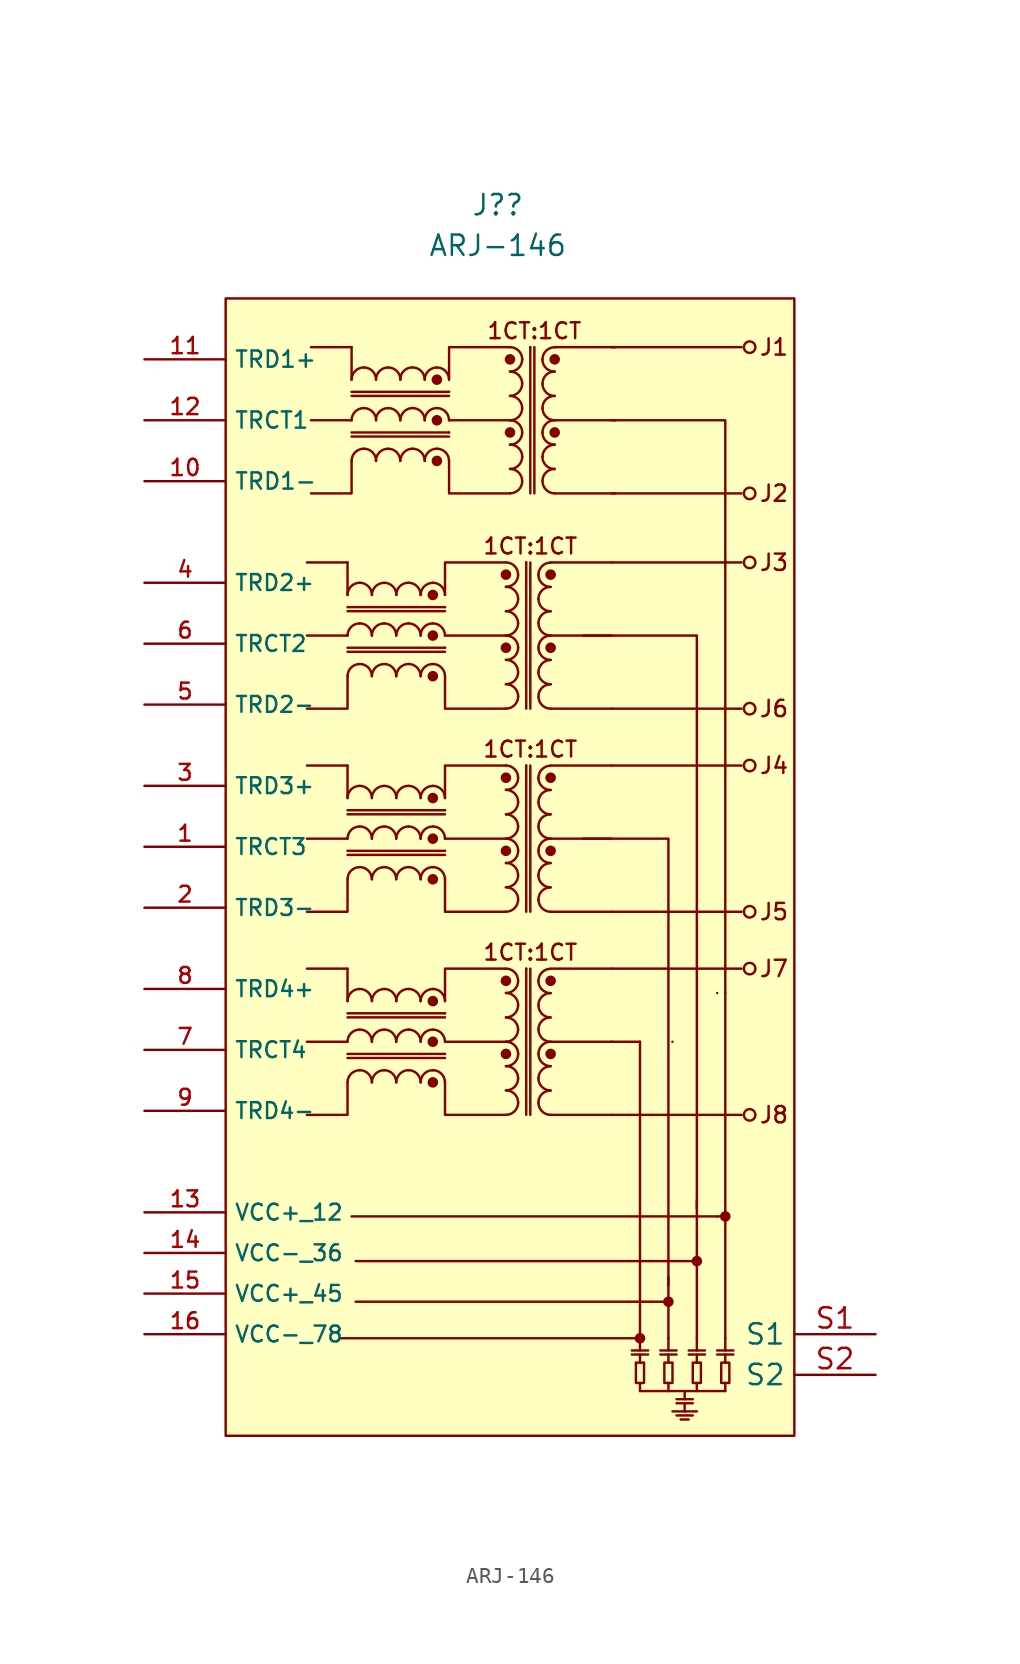
<source format=kicad_sym>
(kicad_symbol_lib
  (version 20231120)
  (generator "kicad_symbol_editor")
  (generator_version "8.0")
  (symbol "ARJ-146"
    (property "Reference" "J?"
      (at 17.018 70.612 0)
      (effects (font (size 1.27 1.27))))
    (property "Value" "ARJ-146"
      (at 17.018 68.072 0)
      (effects (font (size 1.27 1.27))))
    (symbol "ARJ-146_1_1"
      (polyline (pts (xy 5.08 22.86) (xy 7.62 22.86)) (stroke (width 0) (type default)) (fill (type none)))
      (polyline (pts (xy 5.08 35.56) (xy 7.62 35.56)) (stroke (width 0) (type default)) (fill (type none)))
      (polyline (pts (xy 5.08 48.26) (xy 7.62 48.26)) (stroke (width 0) (type default)) (fill (type none)))
      (polyline (pts (xy 5.334 61.722) (xy 7.874 61.722)) (stroke (width 0) (type default)) (fill (type none)))
      (polyline (pts (xy 7.62 17.272) (xy 13.716 17.272)) (stroke (width 0) (type default)) (fill (type none)))
      (polyline (pts (xy 7.62 17.526) (xy 13.716 17.526)) (stroke (width 0) (type default)) (fill (type none)))
      (polyline (pts (xy 7.62 18.288) (xy 5.08 18.288)) (stroke (width 0) (type default)) (fill (type none)))
      (polyline (pts (xy 7.62 19.812) (xy 13.716 19.812)) (stroke (width 0) (type default)) (fill (type none)))
      (polyline (pts (xy 7.62 20.066) (xy 13.716 20.066)) (stroke (width 0) (type default)) (fill (type none)))
      (polyline (pts (xy 7.62 20.828) (xy 7.62 22.86)) (stroke (width 0) (type default)) (fill (type none)))
      (polyline (pts (xy 7.62 29.972) (xy 13.716 29.972)) (stroke (width 0) (type default)) (fill (type none)))
      (polyline (pts (xy 7.62 30.226) (xy 13.716 30.226)) (stroke (width 0) (type default)) (fill (type none)))
      (polyline (pts (xy 7.62 30.988) (xy 5.08 30.988)) (stroke (width 0) (type default)) (fill (type none)))
      (polyline (pts (xy 7.62 32.512) (xy 13.716 32.512)) (stroke (width 0) (type default)) (fill (type none)))
      (polyline (pts (xy 7.62 32.766) (xy 13.716 32.766)) (stroke (width 0) (type default)) (fill (type none)))
      (polyline (pts (xy 7.62 33.528) (xy 7.62 35.56)) (stroke (width 0) (type default)) (fill (type none)))
      (polyline (pts (xy 7.62 42.672) (xy 13.716 42.672)) (stroke (width 0) (type default)) (fill (type none)))
      (polyline (pts (xy 7.62 42.926) (xy 13.716 42.926)) (stroke (width 0) (type default)) (fill (type none)))
      (polyline (pts (xy 7.62 43.688) (xy 5.08 43.688)) (stroke (width 0) (type default)) (fill (type none)))
      (polyline (pts (xy 7.62 45.212) (xy 13.716 45.212)) (stroke (width 0) (type default)) (fill (type none)))
      (polyline (pts (xy 7.62 45.466) (xy 13.716 45.466)) (stroke (width 0) (type default)) (fill (type none)))
      (polyline (pts (xy 7.62 46.228) (xy 7.62 48.26)) (stroke (width 0) (type default)) (fill (type none)))
      (polyline (pts (xy 7.874 7.366) (xy 31.242 7.366)) (stroke (width 0) (type default)) (fill (type none)))
      (polyline (pts (xy 7.874 56.134) (xy 13.97 56.134)) (stroke (width 0) (type default)) (fill (type none)))
      (polyline (pts (xy 7.874 56.388) (xy 13.97 56.388)) (stroke (width 0) (type default)) (fill (type none)))
      (polyline (pts (xy 7.874 57.15) (xy 5.334 57.15)) (stroke (width 0) (type default)) (fill (type none)))
      (polyline (pts (xy 7.874 58.674) (xy 13.97 58.674)) (stroke (width 0) (type default)) (fill (type none)))
      (polyline (pts (xy 7.874 58.928) (xy 13.97 58.928)) (stroke (width 0) (type default)) (fill (type none)))
      (polyline (pts (xy 7.874 59.69) (xy 7.874 61.722)) (stroke (width 0) (type default)) (fill (type none)))
      (polyline (pts (xy 13.716 17.526) (xy 13.716 17.526)) (stroke (width 0) (type default)) (fill (type none)))
      (polyline (pts (xy 13.716 18.288) (xy 17.526 18.288)) (stroke (width 0) (type default)) (fill (type none)))
      (polyline (pts (xy 13.716 20.066) (xy 13.716 20.066)) (stroke (width 0) (type default)) (fill (type none)))
      (polyline (pts (xy 13.716 30.226) (xy 13.716 30.226)) (stroke (width 0) (type default)) (fill (type none)))
      (polyline (pts (xy 13.716 30.988) (xy 17.526 30.988)) (stroke (width 0) (type default)) (fill (type none)))
      (polyline (pts (xy 13.716 32.766) (xy 13.716 32.766)) (stroke (width 0) (type default)) (fill (type none)))
      (polyline (pts (xy 13.716 42.926) (xy 13.716 42.926)) (stroke (width 0) (type default)) (fill (type none)))
      (polyline (pts (xy 13.716 43.688) (xy 17.526 43.688)) (stroke (width 0) (type default)) (fill (type none)))
      (polyline (pts (xy 13.716 45.466) (xy 13.716 45.466)) (stroke (width 0) (type default)) (fill (type none)))
      (polyline (pts (xy 13.97 56.388) (xy 13.97 56.388)) (stroke (width 0) (type default)) (fill (type none)))
      (polyline (pts (xy 13.97 57.15) (xy 17.78 57.15)) (stroke (width 0) (type default)) (fill (type none)))
      (polyline (pts (xy 13.97 58.928) (xy 13.97 58.928)) (stroke (width 0) (type default)) (fill (type none)))
      (polyline (pts (xy 18.796 13.716) (xy 18.796 22.86)) (stroke (width 0) (type default)) (fill (type none)))
      (polyline (pts (xy 18.796 22.86) (xy 18.796 22.86)) (stroke (width 0) (type default)) (fill (type none)))
      (polyline (pts (xy 18.796 26.416) (xy 18.796 35.56)) (stroke (width 0) (type default)) (fill (type none)))
      (polyline (pts (xy 18.796 35.56) (xy 18.796 35.56)) (stroke (width 0) (type default)) (fill (type none)))
      (polyline (pts (xy 18.796 39.116) (xy 18.796 48.26)) (stroke (width 0) (type default)) (fill (type none)))
      (polyline (pts (xy 18.796 48.26) (xy 18.796 48.26)) (stroke (width 0) (type default)) (fill (type none)))
      (polyline (pts (xy 19.05 13.716) (xy 19.05 22.86)) (stroke (width 0) (type default)) (fill (type none)))
      (polyline (pts (xy 19.05 26.416) (xy 19.05 35.56)) (stroke (width 0) (type default)) (fill (type none)))
      (polyline (pts (xy 19.05 39.116) (xy 19.05 48.26)) (stroke (width 0) (type default)) (fill (type none)))
      (polyline (pts (xy 19.05 52.578) (xy 19.05 61.722)) (stroke (width 0) (type default)) (fill (type none)))
      (polyline (pts (xy 19.05 61.722) (xy 19.05 61.722)) (stroke (width 0) (type default)) (fill (type none)))
      (polyline (pts (xy 19.304 52.578) (xy 19.304 61.722)) (stroke (width 0) (type default)) (fill (type none)))
      (polyline (pts (xy 20.32 13.716) (xy 24.13 13.716)) (stroke (width 0) (type default)) (fill (type none)))
      (polyline (pts (xy 20.32 22.86) (xy 24.13 22.86)) (stroke (width 0) (type default)) (fill (type none)))
      (polyline (pts (xy 20.32 26.416) (xy 24.13 26.416)) (stroke (width 0) (type default)) (fill (type none)))
      (polyline (pts (xy 20.32 35.56) (xy 24.13 35.56)) (stroke (width 0) (type default)) (fill (type none)))
      (polyline (pts (xy 20.32 39.116) (xy 24.13 39.116)) (stroke (width 0) (type default)) (fill (type none)))
      (polyline (pts (xy 20.32 48.26) (xy 24.13 48.26)) (stroke (width 0) (type default)) (fill (type none)))
      (polyline (pts (xy 20.574 52.578) (xy 24.384 52.578)) (stroke (width 0) (type default)) (fill (type none)))
      (polyline (pts (xy 20.574 61.722) (xy 24.384 61.722)) (stroke (width 0) (type default)) (fill (type none)))
      (polyline (pts (xy 24.13 13.716) (xy 32.258 13.716)) (stroke (width 0) (type default)) (fill (type none)))
      (polyline (pts (xy 24.13 18.288) (xy 20.32 18.288)) (stroke (width 0) (type default)) (fill (type none)))
      (polyline (pts (xy 24.13 18.288) (xy 24.13 18.288)) (stroke (width 0) (type default)) (fill (type none)))
      (polyline (pts (xy 24.13 22.86) (xy 32.258 22.86)) (stroke (width 0) (type default)) (fill (type none)))
      (polyline (pts (xy 24.13 26.416) (xy 32.258 26.416)) (stroke (width 0) (type default)) (fill (type none)))
      (polyline (pts (xy 24.13 30.988) (xy 20.32 30.988)) (stroke (width 0) (type default)) (fill (type none)))
      (polyline (pts (xy 24.13 35.56) (xy 32.258 35.56)) (stroke (width 0) (type default)) (fill (type none)))
      (polyline (pts (xy 24.13 39.116) (xy 32.258 39.116)) (stroke (width 0) (type default)) (fill (type none)))
      (polyline (pts (xy 24.13 43.688) (xy 20.32 43.688)) (stroke (width 0) (type default)) (fill (type none)))
      (polyline (pts (xy 24.13 48.26) (xy 32.258 48.26)) (stroke (width 0) (type default)) (fill (type none)))
      (polyline (pts (xy 24.13 52.578) (xy 32.258 52.578)) (stroke (width 0) (type default)) (fill (type none)))
      (polyline (pts (xy 24.13 61.722) (xy 32.258 61.722)) (stroke (width 0) (type default)) (fill (type none)))
      (polyline (pts (xy 24.384 57.15) (xy 20.574 57.15)) (stroke (width 0) (type default)) (fill (type none)))
      (polyline (pts (xy 25.4 -1.27) (xy 26.416 -1.27)) (stroke (width 0) (type default)) (fill (type none)))
      (polyline (pts (xy 25.4 -1.016) (xy 26.416 -1.016)) (stroke (width 0) (type default)) (fill (type none)))
      (polyline (pts (xy 25.908 -3.556) (xy 31.242 -3.556)) (stroke (width 0) (type default)) (fill (type none)))
      (polyline (pts (xy 25.908 -3.048) (xy 25.908 -3.556)) (stroke (width 0) (type default)) (fill (type none)))
      (polyline (pts (xy 25.908 -1.27) (xy 25.908 -1.778)) (stroke (width 0) (type default)) (fill (type none)))
      (polyline (pts (xy 25.908 -0.254) (xy 25.908 -1.016)) (stroke (width 0) (type default)) (fill (type none)))
      (polyline (pts (xy 25.908 18.288) (xy 24.13 18.288)) (stroke (width 0) (type default)) (fill (type none)))
      (polyline (pts (xy 27.178 -1.27) (xy 28.194 -1.27)) (stroke (width 0) (type default)) (fill (type none)))
      (polyline (pts (xy 27.178 -1.016) (xy 28.194 -1.016)) (stroke (width 0) (type default)) (fill (type none)))
      (polyline (pts (xy 27.686 -3.048) (xy 27.686 -3.556)) (stroke (width 0) (type default)) (fill (type none)))
      (polyline (pts (xy 27.686 -1.27) (xy 27.686 -1.778)) (stroke (width 0) (type default)) (fill (type none)))
      (polyline (pts (xy 27.686 -0.254) (xy 27.686 -1.016)) (stroke (width 0) (type default)) (fill (type none)))
      (polyline (pts (xy 27.686 2.032) (xy 27.686 -0.254)) (stroke (width 0) (type default)) (fill (type none)))
      (polyline (pts (xy 27.94 -4.826) (xy 29.464 -4.826)) (stroke (width 0) (type default)) (fill (type none)))
      (polyline (pts (xy 27.94 18.288) (xy 27.94 18.288)) (stroke (width 0) (type default)) (fill (type none)))
      (polyline (pts (xy 28.194 -5.08) (xy 29.21 -5.08)) (stroke (width 0) (type default)) (fill (type none)))
      (polyline (pts (xy 28.194 -4.318) (xy 29.21 -4.318)) (stroke (width 0) (type default)) (fill (type none)))
      (polyline (pts (xy 28.194 -4.064) (xy 29.21 -4.064)) (stroke (width 0) (type default)) (fill (type none)))
      (polyline (pts (xy 28.448 -5.334) (xy 28.956 -5.334)) (stroke (width 0) (type default)) (fill (type none)))
      (polyline (pts (xy 28.702 -4.318) (xy 28.702 -4.826)) (stroke (width 0) (type default)) (fill (type none)))
      (polyline (pts (xy 28.702 -4.064) (xy 28.702 -3.556)) (stroke (width 0) (type default)) (fill (type none)))
      (polyline (pts (xy 28.956 -1.27) (xy 29.972 -1.27)) (stroke (width 0) (type default)) (fill (type none)))
      (polyline (pts (xy 28.956 -1.016) (xy 29.972 -1.016)) (stroke (width 0) (type default)) (fill (type none)))
      (polyline (pts (xy 29.464 -3.048) (xy 29.464 -3.556)) (stroke (width 0) (type default)) (fill (type none)))
      (polyline (pts (xy 29.464 -1.27) (xy 29.464 -1.778)) (stroke (width 0) (type default)) (fill (type none)))
      (polyline (pts (xy 29.464 -0.254) (xy 29.464 -1.016)) (stroke (width 0) (type default)) (fill (type none)))
      (polyline (pts (xy 29.464 -0.254) (xy 29.464 4.572)) (stroke (width 0) (type default)) (fill (type none)))
      (polyline (pts (xy 30.734 -1.27) (xy 31.75 -1.27)) (stroke (width 0) (type default)) (fill (type none)))
      (polyline (pts (xy 30.734 -1.016) (xy 31.75 -1.016)) (stroke (width 0) (type default)) (fill (type none)))
      (polyline (pts (xy 30.734 7.366) (xy 30.734 7.366)) (stroke (width 0) (type default)) (fill (type none)))
      (polyline (pts (xy 30.734 21.336) (xy 30.734 21.336)) (stroke (width 0) (type default)) (fill (type none)))
      (polyline (pts (xy 31.242 -3.048) (xy 31.242 -3.556)) (stroke (width 0) (type default)) (fill (type none)))
      (polyline (pts (xy 31.242 -1.27) (xy 31.242 -1.778)) (stroke (width 0) (type default)) (fill (type none)))
      (polyline (pts (xy 31.242 -0.254) (xy 31.242 -1.016)) (stroke (width 0) (type default)) (fill (type none)))
      (polyline (pts (xy 31.242 -0.254) (xy 31.242 7.366)) (stroke (width 0) (type default)) (fill (type none)))
      (polyline (pts (xy 31.242 21.336) (xy 31.242 7.366)) (stroke (width 0) (type default)) (fill (type none)))
      (polyline (pts (xy 7.112 -0.254) (xy 25.908 -0.254) (xy 25.908 18.288)) (stroke (width 0) (type default)) (fill (type none)))
      (polyline (pts (xy 7.62 15.748) (xy 7.62 13.716) (xy 5.08 13.716)) (stroke (width 0) (type default)) (fill (type none)))
      (polyline (pts (xy 7.62 28.448) (xy 7.62 26.416) (xy 5.08 26.416)) (stroke (width 0) (type default)) (fill (type none)))
      (polyline (pts (xy 7.62 41.148) (xy 7.62 39.116) (xy 5.08 39.116)) (stroke (width 0) (type default)) (fill (type none)))
      (polyline (pts (xy 7.874 54.61) (xy 7.874 52.578) (xy 5.334 52.578)) (stroke (width 0) (type default)) (fill (type none)))
      (polyline (pts (xy 8.128 2.032) (xy 27.686 2.032) (xy 27.686 3.556)) (stroke (width 0) (type default)) (fill (type none)))
      (polyline (pts (xy 13.716 15.748) (xy 13.716 13.716) (xy 17.526 13.716)) (stroke (width 0) (type default)) (fill (type none)))
      (polyline (pts (xy 13.716 20.828) (xy 13.716 22.86) (xy 17.526 22.86)) (stroke (width 0) (type default)) (fill (type none)))
      (polyline (pts (xy 13.716 28.448) (xy 13.716 26.416) (xy 17.526 26.416)) (stroke (width 0) (type default)) (fill (type none)))
      (polyline (pts (xy 13.716 33.528) (xy 13.716 35.56) (xy 17.526 35.56)) (stroke (width 0) (type default)) (fill (type none)))
      (polyline (pts (xy 13.716 41.148) (xy 13.716 39.116) (xy 17.526 39.116)) (stroke (width 0) (type default)) (fill (type none)))
      (polyline (pts (xy 13.716 46.228) (xy 13.716 48.26) (xy 17.526 48.26)) (stroke (width 0) (type default)) (fill (type none)))
      (polyline (pts (xy 13.97 54.61) (xy 13.97 52.578) (xy 17.78 52.578)) (stroke (width 0) (type default)) (fill (type none)))
      (polyline (pts (xy 13.97 59.69) (xy 13.97 61.722) (xy 17.78 61.722)) (stroke (width 0) (type default)) (fill (type none)))
      (polyline (pts (xy 22.352 30.988) (xy 27.686 30.988) (xy 27.686 3.048)) (stroke (width 0) (type default)) (fill (type none)))
      (polyline (pts (xy 29.464 8.382) (xy 29.464 4.572) (xy 8.128 4.572)) (stroke (width 0) (type default)) (fill (type none)))
      (polyline (pts (xy 29.464 7.874) (xy 29.464 43.434) (xy 29.464 43.688) (xy 22.352 43.688)) (stroke (width 0) (type default)) (fill (type none)))
      (polyline (pts (xy 31.242 21.336) (xy 31.242 56.896) (xy 31.242 57.15) (xy 24.13 57.15)) (stroke (width 0) (type default)) (fill (type none)))
      (rectangle (start 0 64.77) (end 35.56 -6.35) (stroke (width 0) (type default)) (fill (type background)))
      (arc (start 8.382 16.51) (mid 7.8426 16.2874) (end 7.62 15.748) (stroke (width 0) (type default)) (fill (type none)))
      (arc (start 8.382 19.05) (mid 7.8426 18.8274) (end 7.62 18.288) (stroke (width 0) (type default)) (fill (type none)))
      (arc (start 8.382 21.59) (mid 7.8426 21.3674) (end 7.62 20.828) (stroke (width 0) (type default)) (fill (type none)))
      (arc (start 8.382 29.21) (mid 7.8426 28.9874) (end 7.62 28.448) (stroke (width 0) (type default)) (fill (type none)))
      (arc (start 8.382 31.75) (mid 7.8426 31.5274) (end 7.62 30.988) (stroke (width 0) (type default)) (fill (type none)))
      (arc (start 8.382 34.29) (mid 7.8426 34.0674) (end 7.62 33.528) (stroke (width 0) (type default)) (fill (type none)))
      (arc (start 8.382 41.91) (mid 7.8426 41.6874) (end 7.62 41.148) (stroke (width 0) (type default)) (fill (type none)))
      (arc (start 8.382 44.45) (mid 7.8426 44.2274) (end 7.62 43.688) (stroke (width 0) (type default)) (fill (type none)))
      (arc (start 8.382 46.99) (mid 7.8426 46.7674) (end 7.62 46.228) (stroke (width 0) (type default)) (fill (type none)))
      (arc (start 8.636 55.372) (mid 8.0972 55.1488) (end 7.874 54.61) (stroke (width 0) (type default)) (fill (type none)))
      (arc (start 8.636 57.912) (mid 8.0972 57.6888) (end 7.874 57.15) (stroke (width 0) (type default)) (fill (type none)))
      (arc (start 8.636 60.452) (mid 8.0972 60.2288) (end 7.874 59.69) (stroke (width 0) (type default)) (fill (type none)))
      (arc (start 9.144 15.748) (mid 8.9208 16.2868) (end 8.382 16.51) (stroke (width 0) (type default)) (fill (type none)))
      (arc (start 9.144 18.288) (mid 8.9208 18.8268) (end 8.382 19.05) (stroke (width 0) (type default)) (fill (type none)))
      (arc (start 9.144 20.828) (mid 8.9208 21.3668) (end 8.382 21.59) (stroke (width 0) (type default)) (fill (type none)))
      (arc (start 9.144 28.448) (mid 8.9208 28.9868) (end 8.382 29.21) (stroke (width 0) (type default)) (fill (type none)))
      (arc (start 9.144 30.988) (mid 8.9208 31.5268) (end 8.382 31.75) (stroke (width 0) (type default)) (fill (type none)))
      (arc (start 9.144 33.528) (mid 8.9208 34.0668) (end 8.382 34.29) (stroke (width 0) (type default)) (fill (type none)))
      (arc (start 9.144 41.148) (mid 8.9208 41.6868) (end 8.382 41.91) (stroke (width 0) (type default)) (fill (type none)))
      (arc (start 9.144 43.688) (mid 8.9208 44.2268) (end 8.382 44.45) (stroke (width 0) (type default)) (fill (type none)))
      (arc (start 9.144 46.228) (mid 8.9208 46.7668) (end 8.382 46.99) (stroke (width 0) (type default)) (fill (type none)))
      (arc (start 9.398 54.61) (mid 9.1748 55.1488) (end 8.636 55.372) (stroke (width 0) (type default)) (fill (type none)))
      (arc (start 9.398 57.15) (mid 9.1748 57.6888) (end 8.636 57.912) (stroke (width 0) (type default)) (fill (type none)))
      (arc (start 9.398 59.69) (mid 9.1748 60.2288) (end 8.636 60.452) (stroke (width 0) (type default)) (fill (type none)))
      (arc (start 9.906 16.51) (mid 9.3676 16.2883) (end 9.144 15.748) (stroke (width 0) (type default)) (fill (type none)))
      (arc (start 9.906 19.05) (mid 9.3676 18.8283) (end 9.144 18.288) (stroke (width 0) (type default)) (fill (type none)))
      (arc (start 9.906 21.59) (mid 9.3705 21.3653) (end 9.144 20.828) (stroke (width 0) (type default)) (fill (type none)))
      (arc (start 9.906 29.21) (mid 9.3676 28.9883) (end 9.144 28.448) (stroke (width 0) (type default)) (fill (type none)))
      (arc (start 9.906 31.75) (mid 9.3676 31.5283) (end 9.144 30.988) (stroke (width 0) (type default)) (fill (type none)))
      (arc (start 9.906 34.29) (mid 9.3705 34.0653) (end 9.144 33.528) (stroke (width 0) (type default)) (fill (type none)))
      (arc (start 9.906 41.91) (mid 9.3676 41.6883) (end 9.144 41.148) (stroke (width 0) (type default)) (fill (type none)))
      (arc (start 9.906 44.45) (mid 9.3676 44.2283) (end 9.144 43.688) (stroke (width 0) (type default)) (fill (type none)))
      (arc (start 9.906 46.99) (mid 9.3705 46.7653) (end 9.144 46.228) (stroke (width 0) (type default)) (fill (type none)))
      (arc (start 10.16 55.372) (mid 9.6182 55.1518) (end 9.398 54.61) (stroke (width 0) (type default)) (fill (type none)))
      (arc (start 10.16 57.912) (mid 9.6182 57.6918) (end 9.398 57.15) (stroke (width 0) (type default)) (fill (type none)))
      (arc (start 10.16 60.452) (mid 9.6212 60.2288) (end 9.398 59.69) (stroke (width 0) (type default)) (fill (type none)))
      (arc (start 10.668 15.748) (mid 10.4453 16.2867) (end 9.906 16.51) (stroke (width 0) (type default)) (fill (type none)))
      (arc (start 10.668 18.288) (mid 10.4453 18.8267) (end 9.906 19.05) (stroke (width 0) (type default)) (fill (type none)))
      (arc (start 10.668 20.828) (mid 10.4448 21.3668) (end 9.906 21.59) (stroke (width 0) (type default)) (fill (type none)))
      (arc (start 10.668 28.448) (mid 10.4453 28.9867) (end 9.906 29.21) (stroke (width 0) (type default)) (fill (type none)))
      (arc (start 10.668 30.988) (mid 10.4453 31.5267) (end 9.906 31.75) (stroke (width 0) (type default)) (fill (type none)))
      (arc (start 10.668 33.528) (mid 10.4448 34.0668) (end 9.906 34.29) (stroke (width 0) (type default)) (fill (type none)))
      (arc (start 10.668 41.148) (mid 10.4453 41.6867) (end 9.906 41.91) (stroke (width 0) (type default)) (fill (type none)))
      (arc (start 10.668 43.688) (mid 10.4453 44.2267) (end 9.906 44.45) (stroke (width 0) (type default)) (fill (type none)))
      (arc (start 10.668 46.228) (mid 10.4448 46.7668) (end 9.906 46.99) (stroke (width 0) (type default)) (fill (type none)))
      (arc (start 10.922 54.61) (mid 10.6997 55.1497) (end 10.16 55.372) (stroke (width 0) (type default)) (fill (type none)))
      (arc (start 10.922 57.15) (mid 10.6997 57.6897) (end 10.16 57.912) (stroke (width 0) (type default)) (fill (type none)))
      (arc (start 10.922 59.69) (mid 10.6988 60.2288) (end 10.16 60.452) (stroke (width 0) (type default)) (fill (type none)))
      (arc (start 11.43 16.51) (mid 10.8948 16.2838) (end 10.668 15.748) (stroke (width 0) (type default)) (fill (type none)))
      (arc (start 11.43 19.05) (mid 10.8948 18.8238) (end 10.668 18.288) (stroke (width 0) (type default)) (fill (type none)))
      (arc (start 11.43 21.59) (mid 10.8854 21.3703) (end 10.668 20.828) (stroke (width 0) (type default)) (fill (type none)))
      (arc (start 11.43 29.21) (mid 10.8948 28.9838) (end 10.668 28.448) (stroke (width 0) (type default)) (fill (type none)))
      (arc (start 11.43 31.75) (mid 10.8948 31.5238) (end 10.668 30.988) (stroke (width 0) (type default)) (fill (type none)))
      (arc (start 11.43 34.29) (mid 10.8854 34.0703) (end 10.668 33.528) (stroke (width 0) (type default)) (fill (type none)))
      (arc (start 11.43 41.91) (mid 10.8948 41.6838) (end 10.668 41.148) (stroke (width 0) (type default)) (fill (type none)))
      (arc (start 11.43 44.45) (mid 10.8948 44.2238) (end 10.668 43.688) (stroke (width 0) (type default)) (fill (type none)))
      (arc (start 11.43 46.99) (mid 10.8854 46.7703) (end 10.668 46.228) (stroke (width 0) (type default)) (fill (type none)))
      (arc (start 11.684 55.372) (mid 11.1491 55.1467) (end 10.922 54.61) (stroke (width 0) (type default)) (fill (type none)))
      (arc (start 11.684 57.912) (mid 11.1491 57.6867) (end 10.922 57.15) (stroke (width 0) (type default)) (fill (type none)))
      (arc (start 11.684 60.452) (mid 11.1426 60.2302) (end 10.922 59.69) (stroke (width 0) (type default)) (fill (type none)))
      (arc (start 12.192 15.748) (mid 11.9695 16.2881) (end 11.43 16.51) (stroke (width 0) (type default)) (fill (type none)))
      (arc (start 12.192 18.288) (mid 11.9695 18.8281) (end 11.43 19.05) (stroke (width 0) (type default)) (fill (type none)))
      (arc (start 12.192 20.828) (mid 11.9695 21.3681) (end 11.43 21.59) (stroke (width 0) (type default)) (fill (type none)))
      (arc (start 12.192 28.448) (mid 11.9695 28.9881) (end 11.43 29.21) (stroke (width 0) (type default)) (fill (type none)))
      (arc (start 12.192 30.988) (mid 11.9695 31.5281) (end 11.43 31.75) (stroke (width 0) (type default)) (fill (type none)))
      (arc (start 12.192 33.528) (mid 11.9695 34.0681) (end 11.43 34.29) (stroke (width 0) (type default)) (fill (type none)))
      (arc (start 12.192 41.148) (mid 11.9695 41.6881) (end 11.43 41.91) (stroke (width 0) (type default)) (fill (type none)))
      (arc (start 12.192 43.688) (mid 11.9695 44.2281) (end 11.43 44.45) (stroke (width 0) (type default)) (fill (type none)))
      (arc (start 12.192 46.228) (mid 11.9695 46.7681) (end 11.43 46.99) (stroke (width 0) (type default)) (fill (type none)))
      (arc (start 12.446 54.61) (mid 12.2231 55.1502) (end 11.684 55.372) (stroke (width 0) (type default)) (fill (type none)))
      (arc (start 12.446 57.15) (mid 12.2231 57.6902) (end 11.684 57.912) (stroke (width 0) (type default)) (fill (type none)))
      (arc (start 12.446 59.69) (mid 12.2231 60.2302) (end 11.684 60.452) (stroke (width 0) (type default)) (fill (type none)))
      (circle (center 12.954 15.748) (radius 0.254) (stroke (width 0) (type default)) (fill (type outline)))
      (arc (start 12.954 16.51) (mid 12.4103 16.2911) (end 12.192 15.748) (stroke (width 0) (type default)) (fill (type none)))
      (circle (center 12.954 18.288) (radius 0.254) (stroke (width 0) (type default)) (fill (type outline)))
      (arc (start 12.954 19.05) (mid 12.4103 18.8311) (end 12.192 18.288) (stroke (width 0) (type default)) (fill (type none)))
      (circle (center 12.954 20.828) (radius 0.254) (stroke (width 0) (type default)) (fill (type outline)))
      (arc (start 12.954 21.59) (mid 12.4162 21.3652) (end 12.192 20.828) (stroke (width 0) (type default)) (fill (type none)))
      (circle (center 12.954 28.448) (radius 0.254) (stroke (width 0) (type default)) (fill (type outline)))
      (arc (start 12.954 29.21) (mid 12.4103 28.9911) (end 12.192 28.448) (stroke (width 0) (type default)) (fill (type none)))
      (circle (center 12.954 30.988) (radius 0.254) (stroke (width 0) (type default)) (fill (type outline)))
      (arc (start 12.954 31.75) (mid 12.4103 31.5311) (end 12.192 30.988) (stroke (width 0) (type default)) (fill (type none)))
      (circle (center 12.954 33.528) (radius 0.254) (stroke (width 0) (type default)) (fill (type outline)))
      (arc (start 12.954 34.29) (mid 12.4162 34.0652) (end 12.192 33.528) (stroke (width 0) (type default)) (fill (type none)))
      (circle (center 12.954 41.148) (radius 0.254) (stroke (width 0) (type default)) (fill (type outline)))
      (arc (start 12.954 41.91) (mid 12.4103 41.6911) (end 12.192 41.148) (stroke (width 0) (type default)) (fill (type none)))
      (circle (center 12.954 43.688) (radius 0.254) (stroke (width 0) (type default)) (fill (type outline)))
      (arc (start 12.954 44.45) (mid 12.4103 44.2311) (end 12.192 43.688) (stroke (width 0) (type default)) (fill (type none)))
      (circle (center 12.954 46.228) (radius 0.254) (stroke (width 0) (type default)) (fill (type outline)))
      (arc (start 12.954 46.99) (mid 12.4162 46.7652) (end 12.192 46.228) (stroke (width 0) (type default)) (fill (type none)))
      (circle (center 13.208 54.61) (radius 0.254) (stroke (width 0) (type default)) (fill (type outline)))
      (arc (start 13.208 55.372) (mid 12.664 55.1517) (end 12.446 54.61) (stroke (width 0) (type default)) (fill (type none)))
      (circle (center 13.208 57.15) (radius 0.254) (stroke (width 0) (type default)) (fill (type outline)))
      (arc (start 13.208 57.912) (mid 12.664 57.6917) (end 12.446 57.15) (stroke (width 0) (type default)) (fill (type none)))
      (circle (center 13.208 59.69) (radius 0.254) (stroke (width 0) (type default)) (fill (type outline)))
      (arc (start 13.208 60.452) (mid 12.6705 60.2281) (end 12.446 59.69) (stroke (width 0) (type default)) (fill (type none)))
      (arc (start 13.716 15.748) (mid 13.4925 16.2865) (end 12.954 16.51) (stroke (width 0) (type default)) (fill (type none)))
      (arc (start 13.716 18.288) (mid 13.4925 18.8265) (end 12.954 19.05) (stroke (width 0) (type default)) (fill (type none)))
      (arc (start 13.716 20.828) (mid 13.4925 21.3665) (end 12.954 21.59) (stroke (width 0) (type default)) (fill (type none)))
      (arc (start 13.716 28.448) (mid 13.4925 28.9865) (end 12.954 29.21) (stroke (width 0) (type default)) (fill (type none)))
      (arc (start 13.716 30.988) (mid 13.4925 31.5265) (end 12.954 31.75) (stroke (width 0) (type default)) (fill (type none)))
      (arc (start 13.716 33.528) (mid 13.4925 34.0665) (end 12.954 34.29) (stroke (width 0) (type default)) (fill (type none)))
      (arc (start 13.716 41.148) (mid 13.4925 41.6865) (end 12.954 41.91) (stroke (width 0) (type default)) (fill (type none)))
      (arc (start 13.716 43.688) (mid 13.4925 44.2265) (end 12.954 44.45) (stroke (width 0) (type default)) (fill (type none)))
      (arc (start 13.716 46.228) (mid 13.4925 46.7665) (end 12.954 46.99) (stroke (width 0) (type default)) (fill (type none)))
      (arc (start 13.97 54.61) (mid 13.7467 55.1481) (end 13.208 55.372) (stroke (width 0) (type default)) (fill (type none)))
      (arc (start 13.97 57.15) (mid 13.7467 57.6881) (end 13.208 57.912) (stroke (width 0) (type default)) (fill (type none)))
      (arc (start 13.97 59.69) (mid 13.7467 60.2281) (end 13.208 60.452) (stroke (width 0) (type default)) (fill (type none)))
      (arc (start 17.526 13.722) (mid 18.066 13.944) (end 18.288 14.484) (stroke (width 0) (type default)) (fill (type none)))
      (arc (start 17.526 15.246) (mid 18.0681 15.4676) (end 18.288 16.008) (stroke (width 0) (type default)) (fill (type none)))
      (arc (start 17.526 16.764) (mid 18.0653 16.9861) (end 18.288 17.526) (stroke (width 0) (type default)) (fill (type none)))
      (circle (center 17.526 17.526) (radius 0.254) (stroke (width 0) (type default)) (fill (type outline)))
      (arc (start 17.526 18.288) (mid 18.0609 18.5133) (end 18.288 19.05) (stroke (width 0) (type default)) (fill (type none)))
      (arc (start 17.526 19.812) (mid 18.0631 20.0369) (end 18.288 20.574) (stroke (width 0) (type default)) (fill (type none)))
      (arc (start 17.526 21.336) (mid 18.0681 21.5576) (end 18.288 22.098) (stroke (width 0) (type default)) (fill (type none)))
      (circle (center 17.526 22.098) (radius 0.254) (stroke (width 0) (type default)) (fill (type outline)))
      (arc (start 17.526 26.422) (mid 18.066 26.644) (end 18.288 27.184) (stroke (width 0) (type default)) (fill (type none)))
      (arc (start 17.526 27.946) (mid 18.0681 28.1676) (end 18.288 28.708) (stroke (width 0) (type default)) (fill (type none)))
      (arc (start 17.526 29.464) (mid 18.0653 29.6861) (end 18.288 30.226) (stroke (width 0) (type default)) (fill (type none)))
      (circle (center 17.526 30.226) (radius 0.254) (stroke (width 0) (type default)) (fill (type outline)))
      (arc (start 17.526 30.988) (mid 18.0609 31.2133) (end 18.288 31.75) (stroke (width 0) (type default)) (fill (type none)))
      (arc (start 17.526 32.512) (mid 18.0631 32.7369) (end 18.288 33.274) (stroke (width 0) (type default)) (fill (type none)))
      (arc (start 17.526 34.036) (mid 18.0681 34.2576) (end 18.288 34.798) (stroke (width 0) (type default)) (fill (type none)))
      (circle (center 17.526 34.798) (radius 0.254) (stroke (width 0) (type default)) (fill (type outline)))
      (arc (start 17.526 39.122) (mid 18.066 39.344) (end 18.288 39.884) (stroke (width 0) (type default)) (fill (type none)))
      (arc (start 17.526 40.646) (mid 18.0681 40.8676) (end 18.288 41.408) (stroke (width 0) (type default)) (fill (type none)))
      (arc (start 17.526 42.164) (mid 18.0653 42.3861) (end 18.288 42.926) (stroke (width 0) (type default)) (fill (type none)))
      (circle (center 17.526 42.926) (radius 0.254) (stroke (width 0) (type default)) (fill (type outline)))
      (arc (start 17.526 43.688) (mid 18.0609 43.9133) (end 18.288 44.45) (stroke (width 0) (type default)) (fill (type none)))
      (arc (start 17.526 45.212) (mid 18.0631 45.4369) (end 18.288 45.974) (stroke (width 0) (type default)) (fill (type none)))
      (arc (start 17.526 46.736) (mid 18.0681 46.9576) (end 18.288 47.498) (stroke (width 0) (type default)) (fill (type none)))
      (circle (center 17.526 47.498) (radius 0.254) (stroke (width 0) (type default)) (fill (type outline)))
      (arc (start 17.78 52.584) (mid 18.3202 52.8069) (end 18.542 53.346) (stroke (width 0) (type default)) (fill (type none)))
      (arc (start 17.78 54.108) (mid 18.3188 54.3312) (end 18.542 54.87) (stroke (width 0) (type default)) (fill (type none)))
      (arc (start 17.78 55.626) (mid 18.3195 55.8491) (end 18.542 56.388) (stroke (width 0) (type default)) (fill (type none)))
      (circle (center 17.78 56.388) (radius 0.254) (stroke (width 0) (type default)) (fill (type outline)))
      (arc (start 17.78 57.15) (mid 18.3181 57.3733) (end 18.542 57.912) (stroke (width 0) (type default)) (fill (type none)))
      (arc (start 17.78 58.674) (mid 18.3167 58.8975) (end 18.542 59.436) (stroke (width 0) (type default)) (fill (type none)))
      (arc (start 17.78 60.198) (mid 18.3188 60.4212) (end 18.542 60.96) (stroke (width 0) (type default)) (fill (type none)))
      (circle (center 17.78 60.96) (radius 0.254) (stroke (width 0) (type default)) (fill (type outline)))
      (arc (start 18.288 14.484) (mid 18.0648 15.0228) (end 17.526 15.246) (stroke (width 0) (type default)) (fill (type none)))
      (arc (start 18.288 16.008) (mid 18.0653 16.5467) (end 17.526 16.77) (stroke (width 0) (type default)) (fill (type none)))
      (arc (start 18.288 17.526) (mid 18.066 18.066) (end 17.526 18.288) (stroke (width 0) (type default)) (fill (type none)))
      (arc (start 18.288 19.05) (mid 18.0639 19.5879) (end 17.526 19.812) (stroke (width 0) (type default)) (fill (type none)))
      (arc (start 18.288 20.574) (mid 18.0648 21.1128) (end 17.526 21.336) (stroke (width 0) (type default)) (fill (type none)))
      (arc (start 18.288 22.098) (mid 18.0653 22.6367) (end 17.526 22.86) (stroke (width 0) (type default)) (fill (type none)))
      (arc (start 18.288 27.184) (mid 18.0648 27.7228) (end 17.526 27.946) (stroke (width 0) (type default)) (fill (type none)))
      (arc (start 18.288 28.708) (mid 18.0653 29.2467) (end 17.526 29.47) (stroke (width 0) (type default)) (fill (type none)))
      (arc (start 18.288 30.226) (mid 18.066 30.766) (end 17.526 30.988) (stroke (width 0) (type default)) (fill (type none)))
      (arc (start 18.288 31.75) (mid 18.0639 32.2879) (end 17.526 32.512) (stroke (width 0) (type default)) (fill (type none)))
      (arc (start 18.288 33.274) (mid 18.0648 33.8128) (end 17.526 34.036) (stroke (width 0) (type default)) (fill (type none)))
      (arc (start 18.288 34.798) (mid 18.0653 35.3367) (end 17.526 35.56) (stroke (width 0) (type default)) (fill (type none)))
      (arc (start 18.288 39.884) (mid 18.0648 40.4228) (end 17.526 40.646) (stroke (width 0) (type default)) (fill (type none)))
      (arc (start 18.288 41.408) (mid 18.0653 41.9467) (end 17.526 42.17) (stroke (width 0) (type default)) (fill (type none)))
      (arc (start 18.288 42.926) (mid 18.066 43.466) (end 17.526 43.688) (stroke (width 0) (type default)) (fill (type none)))
      (arc (start 18.288 44.45) (mid 18.0639 44.9879) (end 17.526 45.212) (stroke (width 0) (type default)) (fill (type none)))
      (arc (start 18.288 45.974) (mid 18.0648 46.5128) (end 17.526 46.736) (stroke (width 0) (type default)) (fill (type none)))
      (arc (start 18.288 47.498) (mid 18.0653 48.0367) (end 17.526 48.26) (stroke (width 0) (type default)) (fill (type none)))
      (arc (start 18.542 53.346) (mid 18.3188 53.8848) (end 17.78 54.108) (stroke (width 0) (type default)) (fill (type none)))
      (arc (start 18.542 54.87) (mid 18.3188 55.4088) (end 17.78 55.632) (stroke (width 0) (type default)) (fill (type none)))
      (arc (start 18.542 56.388) (mid 18.3195 56.9281) (end 17.78 57.15) (stroke (width 0) (type default)) (fill (type none)))
      (arc (start 18.542 57.912) (mid 18.3181 58.4495) (end 17.78 58.674) (stroke (width 0) (type default)) (fill (type none)))
      (arc (start 18.542 59.436) (mid 18.3197 59.9738) (end 17.78 60.198) (stroke (width 0) (type default)) (fill (type none)))
      (arc (start 18.542 60.96) (mid 18.3188 61.4988) (end 17.78 61.722) (stroke (width 0) (type default)) (fill (type none)))
      (arc (start 19.558 14.478) (mid 19.7819 13.9405) (end 20.32 13.716) (stroke (width 0) (type default)) (fill (type none)))
      (arc (start 19.558 16.002) (mid 19.7805 15.4619) (end 20.32 15.24) (stroke (width 0) (type default)) (fill (type none)))
      (arc (start 19.558 17.526) (mid 19.7809 16.9869) (end 20.32 16.764) (stroke (width 0) (type default)) (fill (type none)))
      (arc (start 19.558 19.05) (mid 19.7812 18.5112) (end 20.32 18.288) (stroke (width 0) (type default)) (fill (type none)))
      (arc (start 19.558 20.568) (mid 19.7819 20.0305) (end 20.32 19.806) (stroke (width 0) (type default)) (fill (type none)))
      (arc (start 19.558 22.092) (mid 19.7805 21.5519) (end 20.32 21.33) (stroke (width 0) (type default)) (fill (type none)))
      (arc (start 19.558 27.178) (mid 19.7819 26.6405) (end 20.32 26.416) (stroke (width 0) (type default)) (fill (type none)))
      (arc (start 19.558 28.702) (mid 19.7805 28.1619) (end 20.32 27.94) (stroke (width 0) (type default)) (fill (type none)))
      (arc (start 19.558 30.226) (mid 19.7809 29.6869) (end 20.32 29.464) (stroke (width 0) (type default)) (fill (type none)))
      (arc (start 19.558 31.75) (mid 19.7812 31.2112) (end 20.32 30.988) (stroke (width 0) (type default)) (fill (type none)))
      (arc (start 19.558 33.268) (mid 19.7819 32.7305) (end 20.32 32.506) (stroke (width 0) (type default)) (fill (type none)))
      (arc (start 19.558 34.792) (mid 19.7805 34.2519) (end 20.32 34.03) (stroke (width 0) (type default)) (fill (type none)))
      (arc (start 19.558 39.878) (mid 19.7819 39.3405) (end 20.32 39.116) (stroke (width 0) (type default)) (fill (type none)))
      (arc (start 19.558 41.402) (mid 19.7805 40.8619) (end 20.32 40.64) (stroke (width 0) (type default)) (fill (type none)))
      (arc (start 19.558 42.926) (mid 19.7809 42.3869) (end 20.32 42.164) (stroke (width 0) (type default)) (fill (type none)))
      (arc (start 19.558 44.45) (mid 19.7812 43.9112) (end 20.32 43.688) (stroke (width 0) (type default)) (fill (type none)))
      (arc (start 19.558 45.968) (mid 19.7819 45.4305) (end 20.32 45.206) (stroke (width 0) (type default)) (fill (type none)))
      (arc (start 19.558 47.492) (mid 19.7805 46.9519) (end 20.32 46.73) (stroke (width 0) (type default)) (fill (type none)))
      (arc (start 19.812 53.34) (mid 20.0354 52.8026) (end 20.574 52.578) (stroke (width 0) (type default)) (fill (type none)))
      (arc (start 19.812 54.864) (mid 20.0352 54.3252) (end 20.574 54.102) (stroke (width 0) (type default)) (fill (type none)))
      (arc (start 19.812 56.388) (mid 20.0355 55.8484) (end 20.574 55.626) (stroke (width 0) (type default)) (fill (type none)))
      (arc (start 19.812 57.912) (mid 20.0347 57.3733) (end 20.574 57.15) (stroke (width 0) (type default)) (fill (type none)))
      (arc (start 19.812 59.43) (mid 20.0354 58.8926) (end 20.574 58.668) (stroke (width 0) (type default)) (fill (type none)))
      (arc (start 19.812 60.954) (mid 20.0352 60.4152) (end 20.574 60.192) (stroke (width 0) (type default)) (fill (type none)))
      (arc (start 20.32 15.24) (mid 19.7754 15.0203) (end 19.558 14.478) (stroke (width 0) (type default)) (fill (type none)))
      (arc (start 20.32 16.764) (mid 19.7834 16.5381) (end 19.558 16.002) (stroke (width 0) (type default)) (fill (type none)))
      (circle (center 20.32 17.526) (radius 0.254) (stroke (width 0) (type default)) (fill (type outline)))
      (arc (start 20.32 18.288) (mid 19.782 18.0623) (end 19.558 17.526) (stroke (width 0) (type default)) (fill (type none)))
      (arc (start 20.32 19.812) (mid 19.7782 19.5918) (end 19.558 19.05) (stroke (width 0) (type default)) (fill (type none)))
      (arc (start 20.32 21.33) (mid 19.7754 21.1103) (end 19.558 20.568) (stroke (width 0) (type default)) (fill (type none)))
      (circle (center 20.32 22.098) (radius 0.254) (stroke (width 0) (type default)) (fill (type outline)))
      (arc (start 20.32 22.854) (mid 19.7805 22.6309) (end 19.558 22.092) (stroke (width 0) (type default)) (fill (type none)))
      (arc (start 20.32 27.94) (mid 19.7754 27.7203) (end 19.558 27.178) (stroke (width 0) (type default)) (fill (type none)))
      (arc (start 20.32 29.464) (mid 19.7834 29.2381) (end 19.558 28.702) (stroke (width 0) (type default)) (fill (type none)))
      (circle (center 20.32 30.226) (radius 0.254) (stroke (width 0) (type default)) (fill (type outline)))
      (arc (start 20.32 30.988) (mid 19.782 30.7623) (end 19.558 30.226) (stroke (width 0) (type default)) (fill (type none)))
      (arc (start 20.32 32.512) (mid 19.7782 32.2918) (end 19.558 31.75) (stroke (width 0) (type default)) (fill (type none)))
      (arc (start 20.32 34.03) (mid 19.7754 33.8103) (end 19.558 33.268) (stroke (width 0) (type default)) (fill (type none)))
      (circle (center 20.32 34.798) (radius 0.254) (stroke (width 0) (type default)) (fill (type outline)))
      (arc (start 20.32 35.554) (mid 19.7805 35.3309) (end 19.558 34.792) (stroke (width 0) (type default)) (fill (type none)))
      (arc (start 20.32 40.64) (mid 19.7754 40.4203) (end 19.558 39.878) (stroke (width 0) (type default)) (fill (type none)))
      (arc (start 20.32 42.164) (mid 19.7834 41.9381) (end 19.558 41.402) (stroke (width 0) (type default)) (fill (type none)))
      (circle (center 20.32 42.926) (radius 0.254) (stroke (width 0) (type default)) (fill (type outline)))
      (arc (start 20.32 43.688) (mid 19.782 43.4623) (end 19.558 42.926) (stroke (width 0) (type default)) (fill (type none)))
      (arc (start 20.32 45.212) (mid 19.7782 44.9918) (end 19.558 44.45) (stroke (width 0) (type default)) (fill (type none)))
      (arc (start 20.32 46.73) (mid 19.7754 46.5103) (end 19.558 45.968) (stroke (width 0) (type default)) (fill (type none)))
      (circle (center 20.32 47.498) (radius 0.254) (stroke (width 0) (type default)) (fill (type outline)))
      (arc (start 20.32 48.254) (mid 19.7805 48.0309) (end 19.558 47.492) (stroke (width 0) (type default)) (fill (type none)))
      (arc (start 20.574 54.102) (mid 20.0326 53.8802) (end 19.812 53.34) (stroke (width 0) (type default)) (fill (type none)))
      (arc (start 20.574 55.626) (mid 20.0376 55.4009) (end 19.812 54.864) (stroke (width 0) (type default)) (fill (type none)))
      (circle (center 20.574 56.388) (radius 0.254) (stroke (width 0) (type default)) (fill (type outline)))
      (arc (start 20.574 57.15) (mid 20.0398 56.9246) (end 19.812 56.388) (stroke (width 0) (type default)) (fill (type none)))
      (arc (start 20.574 58.674) (mid 20.0319 58.4524) (end 19.812 57.912) (stroke (width 0) (type default)) (fill (type none)))
      (arc (start 20.574 60.192) (mid 20.0326 59.9702) (end 19.812 59.43) (stroke (width 0) (type default)) (fill (type none)))
      (circle (center 20.574 60.96) (radius 0.254) (stroke (width 0) (type default)) (fill (type outline)))
      (arc (start 20.574 61.716) (mid 20.0347 61.4939) (end 19.812 60.954) (stroke (width 0) (type default)) (fill (type none)))
      (rectangle (start 25.654 -1.778) (end 26.162 -3.048) (stroke (width 0) (type default)) (fill (type none)))
      (circle (center 25.908 -0.254) (radius 0.254) (stroke (width 0) (type default)) (fill (type outline)))
      (rectangle (start 27.432 -1.778) (end 27.94 -3.048) (stroke (width 0) (type default)) (fill (type none)))
      (circle (center 27.686 2.032) (radius 0.254) (stroke (width 0) (type default)) (fill (type outline)))
      (rectangle (start 29.21 -1.778) (end 29.718 -3.048) (stroke (width 0) (type default)) (fill (type none)))
      (circle (center 29.464 4.572) (radius 0.254) (stroke (width 0) (type default)) (fill (type outline)))
      (rectangle (start 30.988 -1.778) (end 31.496 -3.048) (stroke (width 0) (type default)) (fill (type none)))
      (circle (center 31.242 7.366) (radius 0.254) (stroke (width 0) (type default)) (fill (type outline)))
      (circle (center 32.766 13.716) (radius 0.359) (stroke (width 0) (type default)) (fill (type none)))
      (circle (center 32.766 22.86) (radius 0.359) (stroke (width 0) (type default)) (fill (type none)))
      (circle (center 32.766 26.416) (radius 0.359) (stroke (width 0) (type default)) (fill (type none)))
      (circle (center 32.766 35.56) (radius 0.359) (stroke (width 0) (type default)) (fill (type none)))
      (circle (center 32.766 39.116) (radius 0.359) (stroke (width 0) (type default)) (fill (type none)))
      (circle (center 32.766 48.26) (radius 0.359) (stroke (width 0) (type default)) (fill (type none)))
      (circle (center 32.766 52.578) (radius 0.359) (stroke (width 0) (type default)) (fill (type none)))
      (circle (center 32.766 61.722) (radius 0.359) (stroke (width 0) (type default)) (fill (type none)))
      (text "1CT:1CT\n" (at 19.05 23.876 0) (effects (font (size 0.991 0.991))))
      (text "1CT:1CT\n" (at 19.05 36.576 0) (effects (font (size 0.991 0.991))))
      (text "1CT:1CT\n" (at 19.05 49.276 0) (effects (font (size 0.991 0.991))))
      (text "1CT:1CT\n" (at 19.304 62.738 0) (effects (font (size 0.991 0.991))))
      (text "J1" (at 34.29 61.722 0) (effects (font (size 1.016 1.016))))
      (text "J2\n" (at 34.29 52.578 0) (effects (font (size 1.016 1.016))))
      (text "J3" (at 34.29 48.26 0) (effects (font (size 1.016 1.016))))
      (text "J4" (at 34.29 35.56 0) (effects (font (size 1.016 1.016))))
      (text "J5" (at 34.29 26.416 0) (effects (font (size 1.016 1.016))))
      (text "J6" (at 34.29 39.116 0) (effects (font (size 1.016 1.016))))
      (text "J7" (at 34.29 22.86 0) (effects (font (size 1.016 1.016))))
      (text "J8" (at 34.29 13.716 0) (effects (font (size 1.016 1.016))))
      (pin passive line (at -5.08 30.48 0) (length 5.08) (name "TRCT3" (effects (font (size 0.991 0.991)))) (number "1" (effects (font (size 0.991 0.991)))))
      (pin passive line (at -5.08 53.34 0) (length 5.08) (name "TRD1-" (effects (font (size 1.016 1.016)))) (number "10" (effects (font (size 1.016 1.016)))))
      (pin passive line (at -5.08 60.96 0) (length 5.08) (name "TRD1+" (effects (font (size 1.016 1.016)))) (number "11" (effects (font (size 1.016 1.016)))))
      (pin passive line (at -5.08 57.15 0) (length 5.08) (name "TRCT1" (effects (font (size 1.016 1.016)))) (number "12" (effects (font (size 1.016 1.016)))))
      (pin passive line (at -5.08 7.62 0) (length 5.08) (name "VCC+_12" (effects (font (size 0.991 0.991)))) (number "13" (effects (font (size 0.991 0.991)))))
      (pin passive line (at -5.08 5.08 0) (length 5.08) (name "VCC-_36" (effects (font (size 0.991 0.991)))) (number "14" (effects (font (size 0.991 0.991)))))
      (pin passive line (at -5.08 2.54 0) (length 5.08) (name "VCC+_45" (effects (font (size 0.991 0.991)))) (number "15" (effects (font (size 0.991 0.991)))))
      (pin passive line (at -5.08 0 0) (length 5.08) (name "VCC-_78" (effects (font (size 0.991 0.991)))) (number "16" (effects (font (size 0.991 0.991)))))
      (pin passive line (at -5.08 26.67 0) (length 5.08) (name "TRD3-" (effects (font (size 0.991 0.991)))) (number "2" (effects (font (size 0.991 0.991)))))
      (pin passive line (at -5.08 34.29 0) (length 5.08) (name "TRD3+" (effects (font (size 0.991 0.991)))) (number "3" (effects (font (size 0.991 0.991)))))
      (pin passive line (at -5.08 46.99 0) (length 5.08) (name "TRD2+" (effects (font (size 0.991 0.991)))) (number "4" (effects (font (size 0.991 0.991)))))
      (pin passive line (at -5.08 39.37 0) (length 5.08) (name "TRD2-" (effects (font (size 0.991 0.991)))) (number "5" (effects (font (size 0.991 0.991)))))
      (pin passive line (at -5.08 43.18 0) (length 5.08) (name "TRCT2" (effects (font (size 0.991 0.991)))) (number "6" (effects (font (size 0.991 0.991)))))
      (pin passive line (at -5.08 17.78 0) (length 5.08) (name "TRCT4" (effects (font (size 0.991 0.991)))) (number "7" (effects (font (size 0.991 0.991)))))
      (pin passive line (at -5.08 21.59 0) (length 5.08) (name "TRD4+" (effects (font (size 0.991 0.991)))) (number "8" (effects (font (size 0.991 0.991)))))
      (pin passive line (at -5.08 13.97 0) (length 5.08) (name "TRD4-" (effects (font (size 0.991 0.991)))) (number "9" (effects (font (size 0.991 0.991)))))
      (pin passive line (at 40.64 0 180) (length 5.08) (name "S1" (effects (font (size 1.27 1.27)))) (number "S1" (effects (font (size 1.27 1.27)))))
      (pin passive line (at 40.64 -2.54 180) (length 5.08) (name "S2" (effects (font (size 1.27 1.27)))) (number "S2" (effects (font (size 1.27 1.27))))))))
</source>
